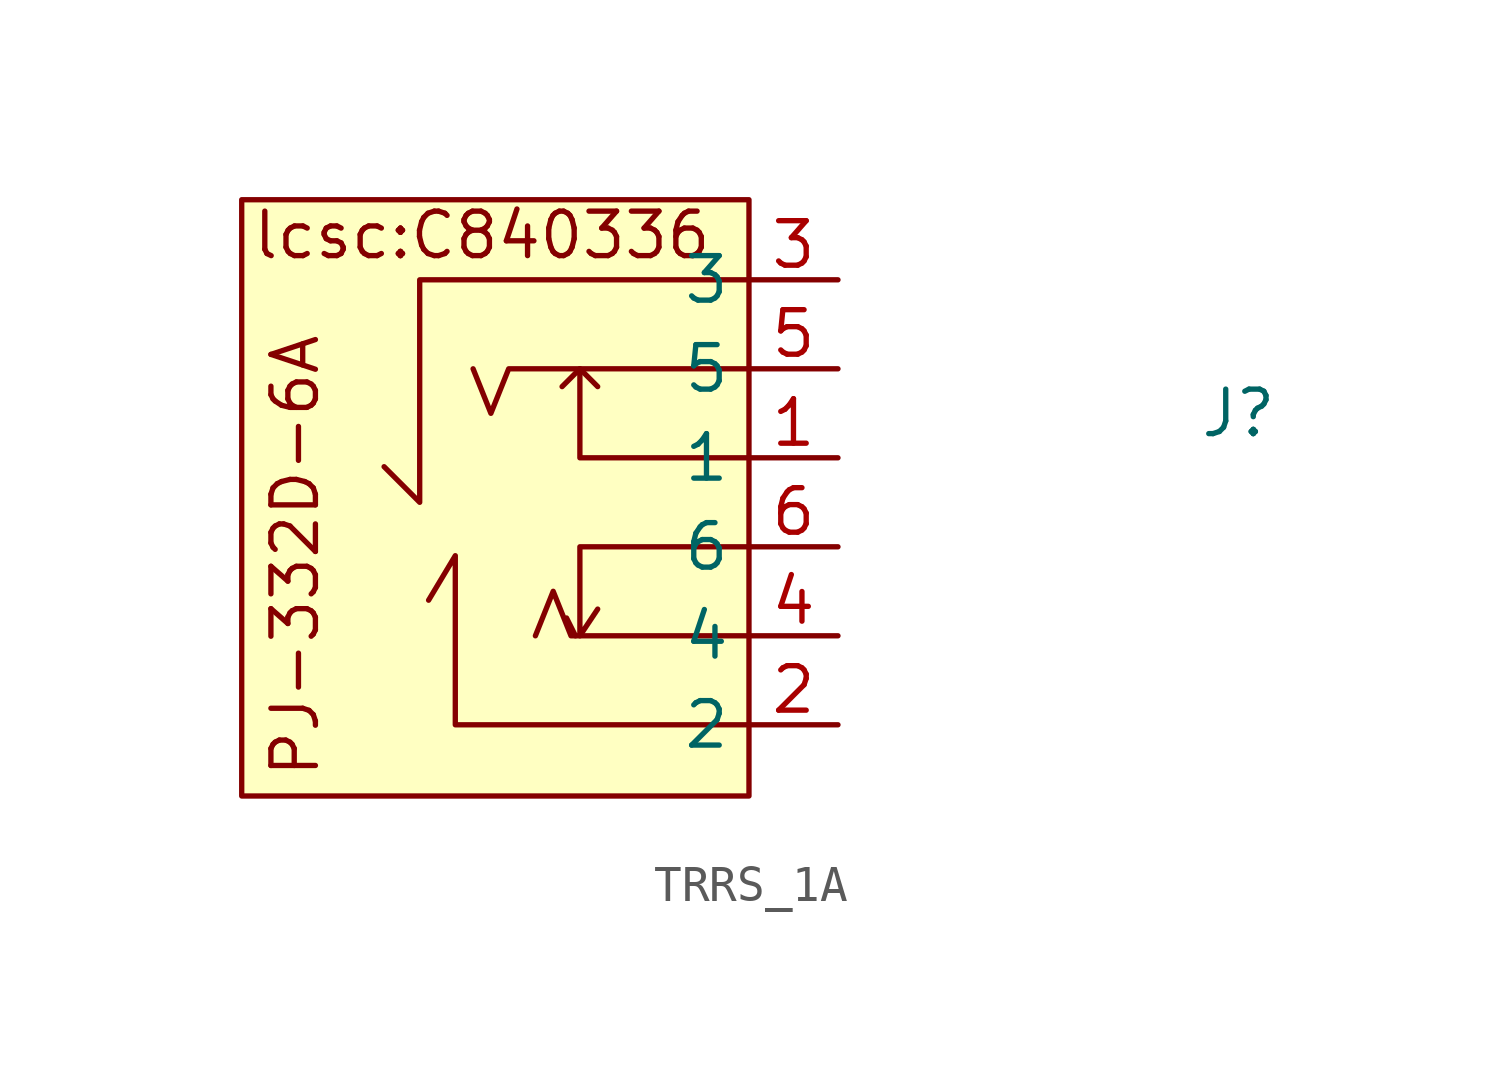
<source format=kicad_sym>
(kicad_symbol_lib
  (version 20241209)
  (generator "kicad_symbol_editor")
  (generator_version "9.0")
  (symbol "TRRS_1A"
    (property "Reference" "J"
      (at 11.43 2.54 0)
      (effects (font (size 1.27 1.27))))
    (property "Value" ""
      (at 0 0 0)
      (effects (font (size 1.27 1.27))))
    (symbol "TRRS_1A_0_0"
      (pin bidirectional line (at 0 6.35 180) (length 2.54) (name "3" (effects (font (size 1.27 1.27)))) (number "3" (effects (font (size 1.27 1.27)))))
      (pin bidirectional line (at 0 3.81 180) (length 2.54) (name "5" (effects (font (size 1.27 1.27)))) (number "5" (effects (font (size 1.27 1.27)))))
      (pin bidirectional line (at 0 1.27 180) (length 2.54) (name "1" (effects (font (size 1.27 1.27)))) (number "1" (effects (font (size 1.27 1.27)))))
      (pin bidirectional line (at 0 -1.27 180) (length 2.54) (name "6" (effects (font (size 1.27 1.27)))) (number "6" (effects (font (size 1.27 1.27)))))
      (pin bidirectional line (at 0 -3.81 180) (length 2.54) (name "4" (effects (font (size 1.27 1.27)))) (number "4" (effects (font (size 1.27 1.27)))))
      (pin bidirectional line (at 0 -6.35 180) (length 2.54) (name "2" (effects (font (size 1.27 1.27)))) (number "2" (effects (font (size 1.27 1.27))))))
    (symbol "TRRS_1A_0_1"
      (rectangle (start -17.018 8.636) (end -2.54 -8.382) (stroke (width 0) (type default)) (fill (type background)))
      (polyline (pts (xy -7.493 -3.81) (xy -7.747 -3.302)) (stroke (width 0) (type default)) (fill (type none)))
      (polyline (pts (xy -7.366 3.81) (xy -6.858 3.302)) (stroke (width 0) (type default)) (fill (type none)))
      (polyline (pts (xy -2.54 6.35) (xy -11.938 6.35) (xy -11.938 0) (xy -12.954 1.016)) (stroke (width 0) (type default)) (fill (type none)))
      (polyline (pts (xy -2.54 3.81) (xy -9.398 3.81) (xy -9.906 2.54) (xy -10.414 3.81)) (stroke (width 0) (type default)) (fill (type none)))
      (polyline (pts (xy -2.54 1.27) (xy -7.366 1.27) (xy -7.366 3.81) (xy -7.874 3.302)) (stroke (width 0) (type default)) (fill (type none)))
      (polyline (pts (xy -2.54 -1.27) (xy -7.366 -1.27) (xy -7.366 -3.81) (xy -6.858 -3.048)) (stroke (width 0) (type default)) (fill (type none)))
      (polyline (pts (xy -2.54 -3.81) (xy -7.62 -3.81) (xy -8.128 -2.54) (xy -8.636 -3.81)) (stroke (width 0) (type default)) (fill (type none)))
      (polyline (pts (xy -2.54 -6.35) (xy -10.922 -6.35) (xy -10.922 -1.524) (xy -11.684 -2.794)) (stroke (width 0) (type default)) (fill (type none))))
    (symbol "TRRS_1A_1_1"
      (text "PJ-332D-6A" (at -15.494 -1.524 900) (effects (font (size 1.27 1.27))))
      (text "lcsc:C840336" (at -10.16 7.62 0) (effects (font (size 1.27 1.27)))))))
</source>
